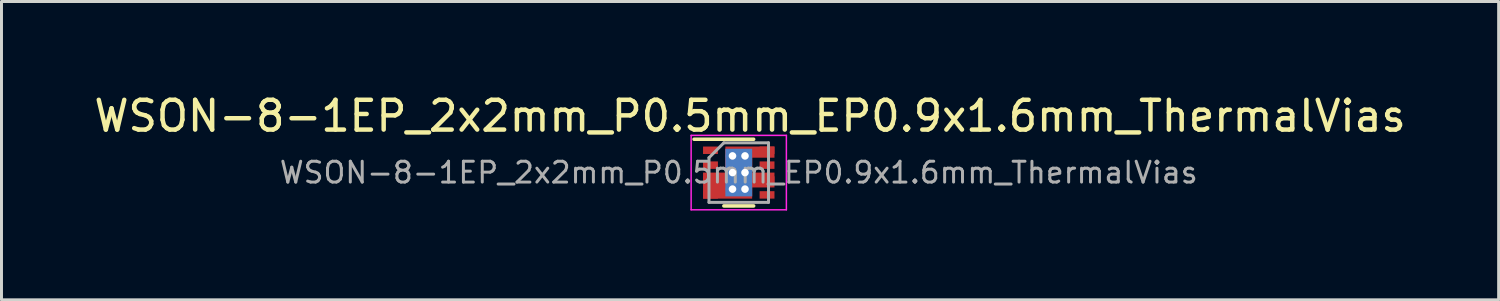
<source format=kicad_pcb>
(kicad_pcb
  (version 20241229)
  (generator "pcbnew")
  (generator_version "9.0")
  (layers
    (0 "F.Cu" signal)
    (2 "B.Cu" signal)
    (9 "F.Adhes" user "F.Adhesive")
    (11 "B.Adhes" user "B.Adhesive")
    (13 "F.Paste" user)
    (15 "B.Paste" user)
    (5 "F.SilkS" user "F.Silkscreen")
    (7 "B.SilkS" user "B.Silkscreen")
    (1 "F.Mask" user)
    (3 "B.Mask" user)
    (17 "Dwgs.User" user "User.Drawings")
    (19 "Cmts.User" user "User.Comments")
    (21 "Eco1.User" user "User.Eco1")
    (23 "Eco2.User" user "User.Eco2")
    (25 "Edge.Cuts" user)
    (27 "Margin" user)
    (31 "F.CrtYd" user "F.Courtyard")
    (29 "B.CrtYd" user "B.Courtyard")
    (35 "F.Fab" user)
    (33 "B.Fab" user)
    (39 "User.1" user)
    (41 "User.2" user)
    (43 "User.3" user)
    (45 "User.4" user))
  (footprint "WSON-8-1EP_2x2mm_P0.5mm_EP0.9x1.6mm_ThermalVias"
    (layer "F.Cu")
    (at 21.769 2.748)
    (property "Reference" "WSON-8-1EP_2x2mm_P0.5mm_EP0.9x1.6mm_ThermalVias" (at 0.38 -1.9 0) (layer "F.SilkS") (effects (font (size 1 1) (thickness 0.15))))
    (attr smd)
    (fp_poly (pts (xy 1.2 -0.875) (xy 1.2 -0.5) (xy 0.45 -0.5) (xy 0.45 0) (xy 1.2 0) (xy 1.2 0.5) (xy 0.45 0.5) (xy 0.45 0.875) (xy -1.2 0.875) (xy -1.2 0) (xy -0.45 0) (xy -0.45 -0.875)) (stroke (width 0) (type solid)) (fill yes) (layer "F.Cu"))
    (fp_line (start -1.5 -1.12) (end 0.5 -1.12) (stroke (width 0.12) (type solid)) (layer "F.SilkS"))
    (fp_line (start 0.5 1.12) (end -0.5 1.12) (stroke (width 0.12) (type solid)) (layer "F.SilkS"))
    (fp_line (start -1.6 -1.25) (end -1.6 1.25) (stroke (width 0.05) (type solid)) (layer "F.CrtYd"))
    (fp_line (start -1.6 -1.25) (end 1.6 -1.25) (stroke (width 0.05) (type solid)) (layer "F.CrtYd"))
    (fp_line (start -1.6 1.25) (end 1.6 1.25) (stroke (width 0.05) (type solid)) (layer "F.CrtYd"))
    (fp_line (start 1.6 -1.25) (end 1.6 1.25) (stroke (width 0.05) (type solid)) (layer "F.CrtYd"))
    (fp_line (start -1 1) (end -1 -0.5) (stroke (width 0.1) (type solid)) (layer "F.Fab"))
    (fp_line (start -0.5 -1) (end -1 -0.5) (stroke (width 0.1) (type solid)) (layer "F.Fab"))
    (fp_line (start -0.5 -1) (end 1 -1) (stroke (width 0.1) (type solid)) (layer "F.Fab"))
    (fp_line (start 1 -1) (end 1 1) (stroke (width 0.1) (type solid)) (layer "F.Fab"))
    (fp_line (start 1 1) (end -1 1) (stroke (width 0.1) (type solid)) (layer "F.Fab"))
    (fp_text user "${REFERENCE}" (at 0 0 0) (layer "F.Fab") (effects (font (size 0.7 0.7) (thickness 0.1))))
    (pad "" smd rect (at 0 -0.4) (size 0.75 0.65) (layers "F.Paste"))
    (pad "" smd rect (at 0 0.4) (size 0.75 0.65) (layers "F.Paste"))
    (pad "1" smd rect (at -0.95 -0.75) (size 0.5 0.25) (layers "F.Cu" "F.Mask" "F.Paste"))
    (pad "2" smd rect (at -0.95 -0.25) (size 0.5 0.25) (layers "F.Cu" "F.Mask" "F.Paste"))
    (pad "3" smd rect (at -0.95 0.25) (size 0.5 0.25) (layers "F.Cu" "F.Mask" "F.Paste"))
    (pad "4" smd rect (at -0.95 0.75) (size 0.5 0.25) (layers "F.Cu" "F.Mask" "F.Paste"))
    (pad "5" smd rect (at 0.95 0.75) (size 0.5 0.25) (layers "F.Cu" "F.Mask" "F.Paste"))
    (pad "6" smd rect (at 0.95 0.25) (size 0.5 0.25) (layers "F.Cu" "F.Mask" "F.Paste"))
    (pad "7" smd rect (at 0.95 -0.25) (size 0.5 0.25) (layers "F.Cu" "F.Mask" "F.Paste"))
    (pad "8" smd rect (at 0.95 -0.75) (size 0.5 0.25) (layers "F.Cu" "F.Mask" "F.Paste"))
    (pad "9" thru_hole circle (at -0.21 -0.56) (size 0.457 0.457) (drill 0.254) (layers "*.Cu"))
    (pad "9" thru_hole circle (at -0.21 0) (size 0.457 0.457) (drill 0.254) (layers "*.Cu"))
    (pad "9" thru_hole circle (at -0.21 0.555) (size 0.457 0.457) (drill 0.254) (layers "*.Cu"))
    (pad "9" smd rect (at 0 0) (size 0.9 1.6) (layers "F.Cu" "F.Mask"))
    (pad "9" smd rect (at 0 0) (size 0.9 1.6) (layers "B.Cu"))
    (pad "9" thru_hole circle (at 0.21 -0.56) (size 0.457 0.457) (drill 0.254) (layers "*.Cu"))
    (pad "9" thru_hole circle (at 0.21 0) (size 0.457 0.457) (drill 0.254) (layers "*.Cu"))
    (pad "9" thru_hole circle (at 0.21 0.555) (size 0.457 0.457) (drill 0.254) (layers "*.Cu")))
  (gr_rect
    (start -3 -3)
    (end 47.298 7.023)
    (stroke (width 0.1) (type default))
    (fill no)
    (layer "Edge.Cuts")))
</source>
